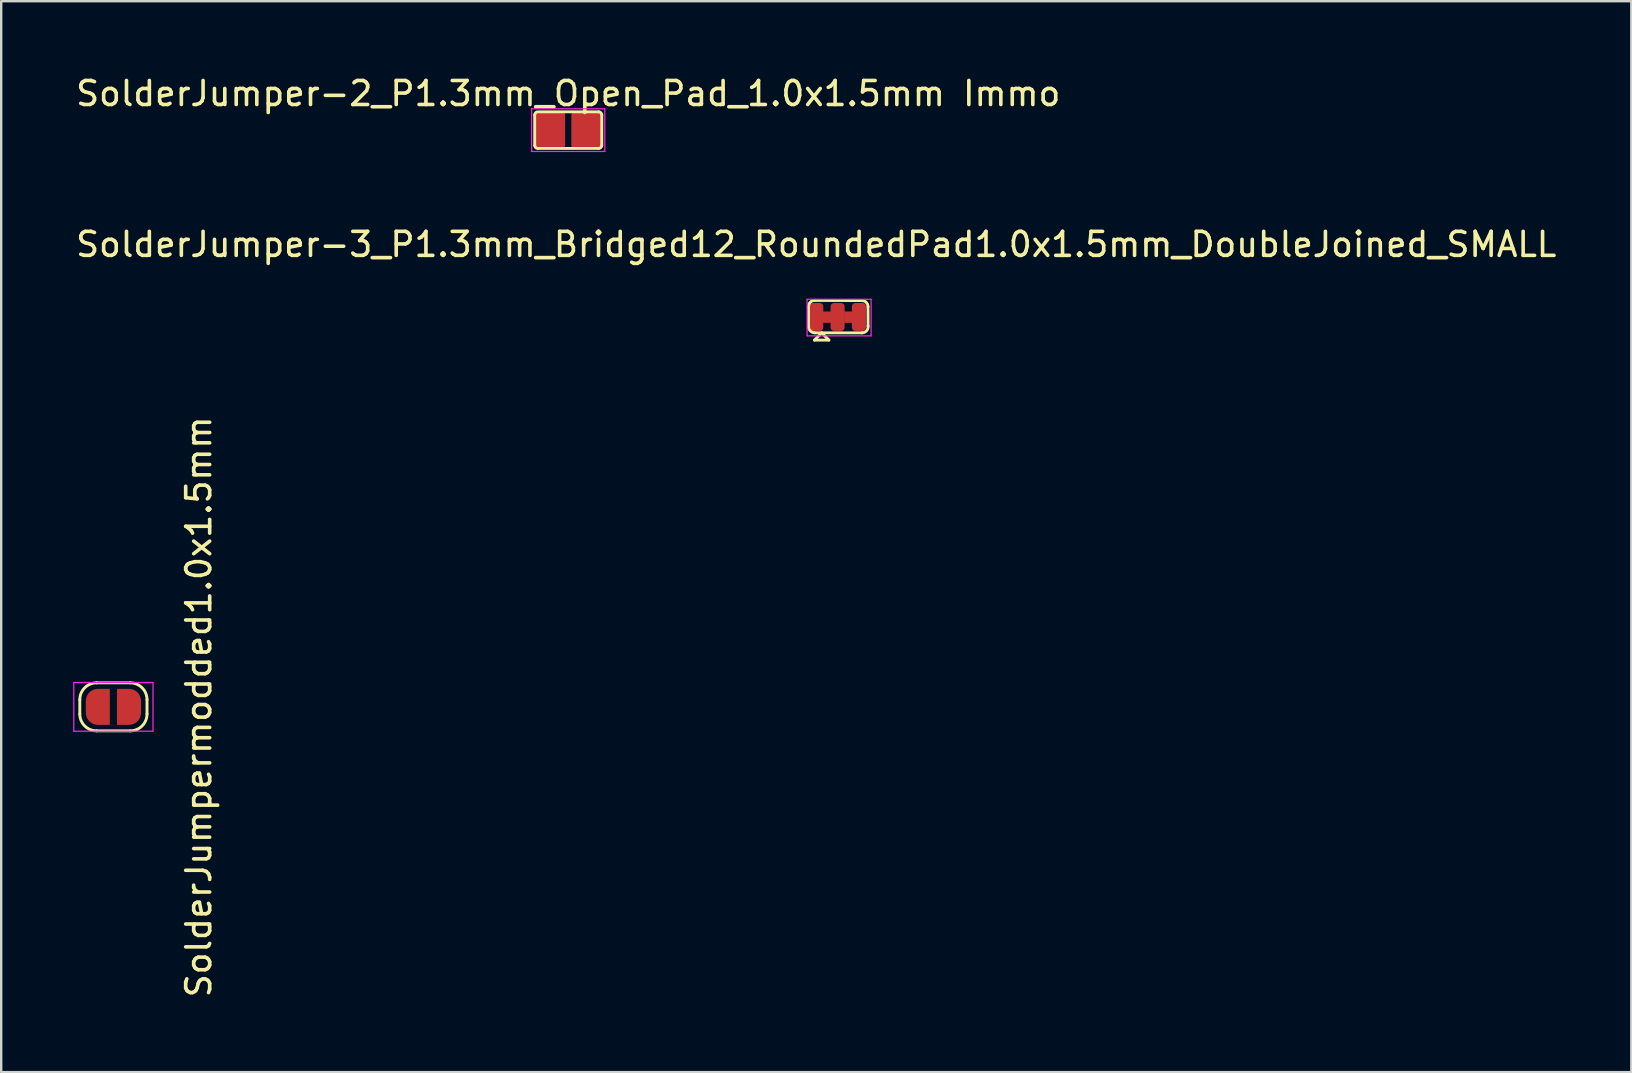
<source format=kicad_pcb>
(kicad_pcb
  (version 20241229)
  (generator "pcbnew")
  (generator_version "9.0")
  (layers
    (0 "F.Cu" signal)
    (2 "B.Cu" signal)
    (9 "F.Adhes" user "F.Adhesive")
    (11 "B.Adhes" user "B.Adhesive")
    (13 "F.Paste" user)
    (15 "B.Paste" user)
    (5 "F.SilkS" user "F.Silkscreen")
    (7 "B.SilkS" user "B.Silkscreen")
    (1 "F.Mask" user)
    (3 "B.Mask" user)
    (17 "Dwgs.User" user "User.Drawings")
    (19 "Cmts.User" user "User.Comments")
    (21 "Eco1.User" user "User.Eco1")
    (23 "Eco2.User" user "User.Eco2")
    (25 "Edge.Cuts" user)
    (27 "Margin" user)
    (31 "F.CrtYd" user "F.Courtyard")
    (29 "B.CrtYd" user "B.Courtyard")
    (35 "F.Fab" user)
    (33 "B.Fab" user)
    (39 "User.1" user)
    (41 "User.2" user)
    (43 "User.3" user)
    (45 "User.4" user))
  (footprint "SolderJumper-2_P1.3mm_Open_Pad_1.0x1.5mm Immo"
    (layer "F.Cu")
    (at 20.625 2.372)
    (property "Reference" "SolderJumper-2_P1.3mm_Open_Pad_1.0x1.5mm Immo" (at 0 -1.524 0) (layer "F.SilkS") (effects (font (size 1 1) (thickness 0.15))))
    (attr exclude_from_pos_files)
    (fp_line (start -1.397 0.635) (end -1.397 -0.635) (stroke (width 0.12) (type solid)) (layer "F.SilkS"))
    (fp_line (start -1.208 -0.762) (end 1.27 -0.762) (stroke (width 0.12) (type solid)) (layer "F.SilkS"))
    (fp_line (start 1.27 0.762) (end -1.27 0.762) (stroke (width 0.12) (type solid)) (layer "F.SilkS"))
    (fp_line (start 1.397 -0.635) (end 1.397 0.635) (stroke (width 0.12) (type solid)) (layer "F.SilkS"))
    (fp_arc (start -1.397 -0.635) (mid -1.359803 -0.724803) (end -1.27 -0.762) (stroke (width 0.12) (type solid)) (layer "F.SilkS"))
    (fp_arc (start -1.27 0.762) (mid -1.359803 0.724803) (end -1.397 0.635) (stroke (width 0.12) (type solid)) (layer "F.SilkS"))
    (fp_arc (start 1.27 -0.762) (mid 1.359803 -0.724803) (end 1.397 -0.635) (stroke (width 0.12) (type solid)) (layer "F.SilkS"))
    (fp_arc (start 1.397 0.635) (mid 1.359803 0.724803) (end 1.27 0.762) (stroke (width 0.12) (type solid)) (layer "F.SilkS"))
    (fp_line (start -1.524 -0.889) (end -1.524 0.889) (stroke (width 0.05) (type solid)) (layer "F.CrtYd"))
    (fp_line (start -1.524 -0.889) (end 1.523 -0.889) (stroke (width 0.05) (type solid)) (layer "F.CrtYd"))
    (fp_line (start 1.524 0.889) (end -1.524 0.889) (stroke (width 0.05) (type solid)) (layer "F.CrtYd"))
    (fp_line (start 1.524 0.889) (end 1.523 -0.889) (stroke (width 0.05) (type solid)) (layer "F.CrtYd"))
    (pad "1" smd roundrect (at -0.762 0 90) (size 1.524 1.266) (layers "F.Cu" "F.Mask") (roundrect_rratio 0.1))
    (pad "2" smd roundrect (at 0.762 0 90) (size 1.524 1.266) (layers "F.Cu" "F.Mask") (roundrect_rratio 0.1)))
  (footprint "SolderJumpermodded1.0x1.5mm"
    (layer "F.Cu")
    (at 1.675 26.4)
    (property "Reference" "SolderJumpermodded1.0x1.5mm" (at 3.556 0 90) (layer "F.SilkS") (effects (font (size 1 1) (thickness 0.15))))
    (attr exclude_from_pos_files)
    (fp_line (start -1.4 0.3) (end -1.4 -0.3) (stroke (width 0.12) (type solid)) (layer "F.SilkS"))
    (fp_line (start -0.7 -1) (end 0.7 -1) (stroke (width 0.12) (type solid)) (layer "F.SilkS"))
    (fp_line (start 0.7 1) (end -0.7 1) (stroke (width 0.12) (type solid)) (layer "F.SilkS"))
    (fp_line (start 1.4 -0.3) (end 1.4 0.3) (stroke (width 0.12) (type solid)) (layer "F.SilkS"))
    (fp_arc (start -1.4 -0.3) (mid -1.194975 -0.794975) (end -0.7 -1) (stroke (width 0.12) (type solid)) (layer "F.SilkS"))
    (fp_arc (start -0.7 1) (mid -1.194975 0.794975) (end -1.4 0.3) (stroke (width 0.12) (type solid)) (layer "F.SilkS"))
    (fp_arc (start 0.7 -1) (mid 1.194975 -0.794975) (end 1.4 -0.3) (stroke (width 0.12) (type solid)) (layer "F.SilkS"))
    (fp_arc (start 1.4 0.3) (mid 1.194975 0.794975) (end 0.7 1) (stroke (width 0.12) (type solid)) (layer "F.SilkS"))
    (fp_line (start -1.65 -1.016) (end -1.65 1.016) (stroke (width 0.05) (type solid)) (layer "F.CrtYd"))
    (fp_line (start -1.65 -1.016) (end 1.65 -1.016) (stroke (width 0.05) (type solid)) (layer "F.CrtYd"))
    (fp_line (start 1.65 1.016) (end -1.65 1.016) (stroke (width 0.05) (type solid)) (layer "F.CrtYd"))
    (fp_line (start 1.65 1.016) (end 1.65 -1.016) (stroke (width 0.05) (type solid)) (layer "F.CrtYd"))
    (pad "1" smd custom (at -0.65 0) (size 1 0.5) (layers "F.Cu" "F.Mask") (options (anchor rect)) (primitives (gr_circle (center 0 0.25) (end 0.5 0.25) (width 0) (fill yes)) (gr_circle (center 0 -0.25) (end 0.5 -0.25) (width 0) (fill yes)) (gr_poly (pts (xy 0.5 0.75) (xy 0 0.75) (xy 0 -0.75) (xy 0.5 -0.75)) (width 0) (fill yes))))
    (pad "2" smd custom (at 0.65 0) (size 1 0.5) (layers "F.Cu" "F.Mask") (options (anchor rect)) (primitives (gr_circle (center 0 0.25) (end 0.5 0.25) (width 0) (fill yes)) (gr_circle (center 0 -0.25) (end 0.5 -0.25) (width 0) (fill yes)) (gr_poly (pts (xy 0 0.75) (xy -0.5 0.75) (xy -0.5 -0.75) (xy 0 -0.75)) (width 0) (fill yes)))))
  (footprint "SolderJumper-3_P1.3mm_Bridged12_RoundedPad1.0x1.5mm_DoubleJoined_SMALL"
    (layer "F.Cu")
    (at 31.847 10.182)
    (property "Reference" "SolderJumper-3_P1.3mm_Bridged12_RoundedPad1.0x1.5mm_DoubleJoined_SMALL" (at -0.889 -3.048 0) (layer "F.SilkS") (effects (font (size 1 1) (thickness 0.15))))
    (attr exclude_from_pos_files)
    (fp_poly (pts (xy -0.629 -0.254) (xy -0.129 -0.254) (xy -0.129 0.219) (xy -0.629 0.219)) (stroke (width 0) (type solid)) (fill yes) (layer "F.Cu"))
    (fp_poly (pts (xy 0.273 -0.254) (xy 0.773 -0.254) (xy 0.773 0.219) (xy 0.273 0.219)) (stroke (width 0) (type solid)) (fill yes) (layer "F.Cu"))
    (fp_line (start -1.21 -0.438) (end -1.21 0.381) (stroke (width 0.12) (type solid)) (layer "F.SilkS"))
    (fp_line (start -0.963 0.937) (end -0.363 0.937) (stroke (width 0.12) (type solid)) (layer "F.SilkS"))
    (fp_line (start -0.952 -0.716) (end 1.013 -0.708) (stroke (width 0.12) (type solid)) (layer "F.SilkS"))
    (fp_line (start -0.663 0.637) (end -0.963 0.937) (stroke (width 0.12) (type solid)) (layer "F.SilkS"))
    (fp_line (start -0.663 0.637) (end -0.363 0.937) (stroke (width 0.12) (type solid)) (layer "F.SilkS"))
    (fp_line (start 1.016 0.635) (end -0.956 0.635) (stroke (width 0.12) (type solid)) (layer "F.SilkS"))
    (fp_line (start 1.267 -0.454) (end 1.27 0.356) (stroke (width 0.12) (type solid)) (layer "F.SilkS"))
    (fp_arc (start -1.210419 -0.438319) (mid -1.143 -0.635) (end -0.951552 -0.716096) (stroke (width 0.12) (type solid)) (layer "F.SilkS"))
    (fp_arc (start -0.956419 0.635) (mid -1.132203 0.556784) (end -1.210419 0.381) (stroke (width 0.12) (type solid)) (layer "F.SilkS"))
    (fp_arc (start 1.012755 -0.707955) (mid 1.1938 -0.635) (end 1.266755 -0.453955) (stroke (width 0.12) (type solid)) (layer "F.SilkS"))
    (fp_arc (start 1.27 0.3556) (mid 1.206416 0.552951) (end 1.016 0.635) (stroke (width 0.12) (type solid)) (layer "F.SilkS"))
    (fp_line (start -1.27 -0.762) (end -1.27 0.762) (stroke (width 0.05) (type solid)) (layer "F.CrtYd"))
    (fp_line (start -1.27 -0.762) (end 1.397 -0.762) (stroke (width 0.05) (type solid)) (layer "F.CrtYd"))
    (fp_line (start 1.397 0.762) (end -1.27 0.762) (stroke (width 0.05) (type solid)) (layer "F.CrtYd"))
    (fp_line (start 1.397 0.762) (end 1.397 -0.762) (stroke (width 0.05) (type solid)) (layer "F.CrtYd"))
    (pad "1" smd roundrect (at -0.889 -0.026 90) (size 1.166 0.586) (layers "F.Cu" "F.Mask") (roundrect_rratio 0.25))
    (pad "2" smd roundrect (at 0 -0.026 90) (size 1.166 0.586) (layers "F.Cu" "F.Mask") (roundrect_rratio 0.25))
    (pad "3" smd roundrect (at 0.889 -0.026 90) (size 1.166 0.586) (layers "F.Cu" "F.Mask") (roundrect_rratio 0.25)))
  (gr_rect
    (start -3 -3)
    (end 64.917 41.62)
    (stroke (width 0.1) (type default))
    (fill no)
    (layer "Edge.Cuts")))
</source>
